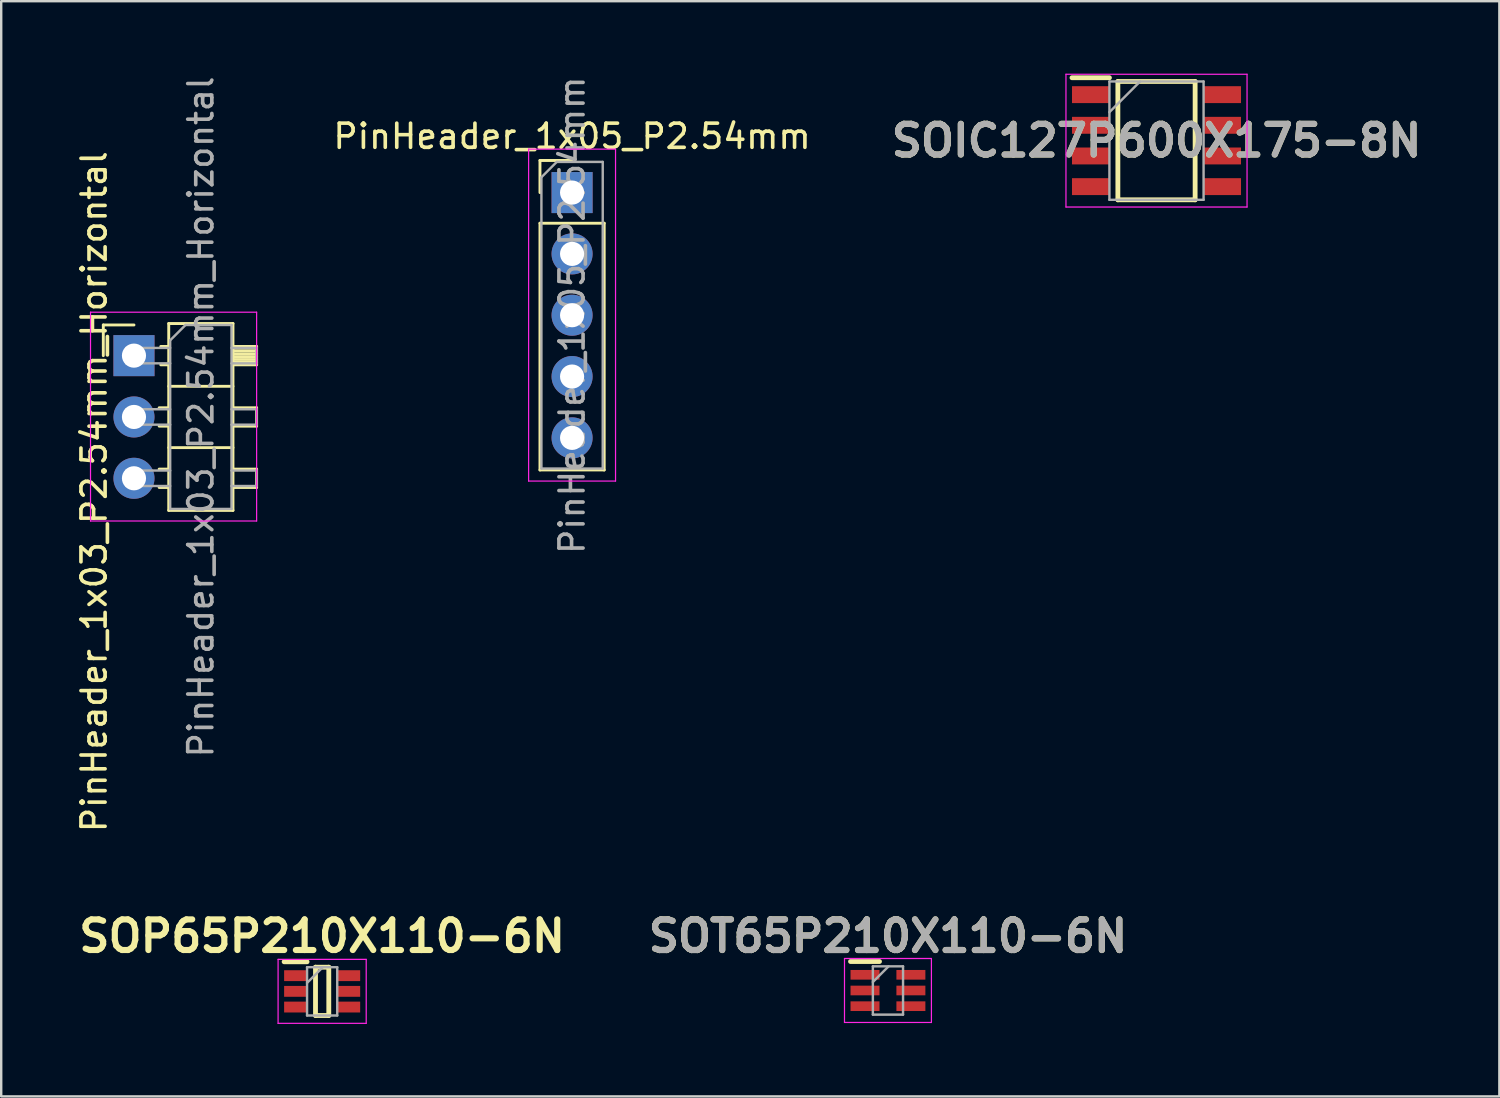
<source format=kicad_pcb>
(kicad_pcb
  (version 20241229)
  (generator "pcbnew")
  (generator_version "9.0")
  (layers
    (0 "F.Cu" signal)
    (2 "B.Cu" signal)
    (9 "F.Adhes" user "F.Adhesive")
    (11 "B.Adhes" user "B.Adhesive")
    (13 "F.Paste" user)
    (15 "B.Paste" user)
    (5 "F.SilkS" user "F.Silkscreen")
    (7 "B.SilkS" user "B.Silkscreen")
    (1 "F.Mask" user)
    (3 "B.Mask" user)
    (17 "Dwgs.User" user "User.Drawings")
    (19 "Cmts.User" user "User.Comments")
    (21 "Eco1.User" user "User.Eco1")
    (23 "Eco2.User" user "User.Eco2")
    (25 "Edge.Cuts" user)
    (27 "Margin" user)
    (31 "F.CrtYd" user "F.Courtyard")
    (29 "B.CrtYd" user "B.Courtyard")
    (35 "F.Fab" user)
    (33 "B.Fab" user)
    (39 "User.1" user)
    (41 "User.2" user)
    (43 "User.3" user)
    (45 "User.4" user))
  (footprint "SOIC127P600X175-8N"
    (layer "F.Cu")
    (at 44.851 2.775)
    (property "Reference" "SOIC127P600X175-8N" (at 0 0 0) (layer "F.SilkS") (effects (font (size 1.27 1.27) (thickness 0.254))))
    (attr smd)
    (fp_line (start -3.5 -2.605) (end -1.95 -2.605) (stroke (width 0.2) (type solid)) (layer "F.SilkS"))
    (fp_line (start -1.6 -2.45) (end 1.6 -2.45) (stroke (width 0.2) (type solid)) (layer "F.SilkS"))
    (fp_line (start -1.6 2.45) (end -1.6 -2.45) (stroke (width 0.2) (type solid)) (layer "F.SilkS"))
    (fp_line (start 1.6 -2.45) (end 1.6 2.45) (stroke (width 0.2) (type solid)) (layer "F.SilkS"))
    (fp_line (start 1.6 2.45) (end -1.6 2.45) (stroke (width 0.2) (type solid)) (layer "F.SilkS"))
    (fp_line (start -3.75 -2.75) (end 3.75 -2.75) (stroke (width 0.05) (type solid)) (layer "F.CrtYd"))
    (fp_line (start -3.75 2.75) (end -3.75 -2.75) (stroke (width 0.05) (type solid)) (layer "F.CrtYd"))
    (fp_line (start 3.75 -2.75) (end 3.75 2.75) (stroke (width 0.05) (type solid)) (layer "F.CrtYd"))
    (fp_line (start 3.75 2.75) (end -3.75 2.75) (stroke (width 0.05) (type solid)) (layer "F.CrtYd"))
    (fp_line (start -1.95 -2.45) (end 1.95 -2.45) (stroke (width 0.1) (type solid)) (layer "F.Fab"))
    (fp_line (start -1.95 -1.18) (end -0.68 -2.45) (stroke (width 0.1) (type solid)) (layer "F.Fab"))
    (fp_line (start -1.95 2.45) (end -1.95 -2.45) (stroke (width 0.1) (type solid)) (layer "F.Fab"))
    (fp_line (start 1.95 -2.45) (end 1.95 2.45) (stroke (width 0.1) (type solid)) (layer "F.Fab"))
    (fp_line (start 1.95 2.45) (end -1.95 2.45) (stroke (width 0.1) (type solid)) (layer "F.Fab"))
    (fp_text user "${REFERENCE}" (at 0 0 0) (layer "F.Fab") (effects (font (size 1.27 1.27) (thickness 0.254))))
    (pad "1" smd rect (at -2.725 -1.905 90) (size 0.7 1.55) (layers "F.Cu" "F.Mask" "F.Paste"))
    (pad "2" smd rect (at -2.725 -0.635 90) (size 0.7 1.55) (layers "F.Cu" "F.Mask" "F.Paste"))
    (pad "3" smd rect (at -2.725 0.635 90) (size 0.7 1.55) (layers "F.Cu" "F.Mask" "F.Paste"))
    (pad "4" smd rect (at -2.725 1.905 90) (size 0.7 1.55) (layers "F.Cu" "F.Mask" "F.Paste"))
    (pad "5" smd rect (at 2.725 1.905 90) (size 0.7 1.55) (layers "F.Cu" "F.Mask" "F.Paste"))
    (pad "6" smd rect (at 2.725 0.635 90) (size 0.7 1.55) (layers "F.Cu" "F.Mask" "F.Paste"))
    (pad "7" smd rect (at 2.725 -0.635 90) (size 0.7 1.55) (layers "F.Cu" "F.Mask" "F.Paste"))
    (pad "8" smd rect (at 2.725 -1.905 90) (size 0.7 1.55) (layers "F.Cu" "F.Mask" "F.Paste")))
  (footprint "SOT65P210X110-6N"
    (layer "F.Cu")
    (at 33.728 37.975)
    (property "Reference" "SOT65P210X110-6N" (at 0 -2.25 0) (layer "F.SilkS") (effects (font (size 1.27 1.27) (thickness 0.254))))
    (attr smd)
    (fp_line (start -1.55 -1.2) (end -0.35 -1.2) (stroke (width 0.2) (type solid)) (layer "F.SilkS"))
    (fp_line (start -1.8 -1.325) (end 1.8 -1.325) (stroke (width 0.05) (type solid)) (layer "F.CrtYd"))
    (fp_line (start -1.8 1.325) (end -1.8 -1.325) (stroke (width 0.05) (type solid)) (layer "F.CrtYd"))
    (fp_line (start 1.8 -1.325) (end 1.8 1.325) (stroke (width 0.05) (type solid)) (layer "F.CrtYd"))
    (fp_line (start 1.8 1.325) (end -1.8 1.325) (stroke (width 0.05) (type solid)) (layer "F.CrtYd"))
    (fp_line (start -0.625 -1) (end 0.625 -1) (stroke (width 0.1) (type solid)) (layer "F.Fab"))
    (fp_line (start -0.625 -0.35) (end 0.025 -1) (stroke (width 0.1) (type solid)) (layer "F.Fab"))
    (fp_line (start -0.625 1) (end -0.625 -1) (stroke (width 0.1) (type solid)) (layer "F.Fab"))
    (fp_line (start 0.625 -1) (end 0.625 1) (stroke (width 0.1) (type solid)) (layer "F.Fab"))
    (fp_line (start 0.625 1) (end -0.625 1) (stroke (width 0.1) (type solid)) (layer "F.Fab"))
    (fp_text user "${REFERENCE}" (at 0 -2.25 0) (layer "F.Fab") (effects (font (size 1.27 1.27) (thickness 0.254))))
    (pad "1" smd rect (at -0.95 -0.65 90) (size 0.4 1.2) (layers "F.Cu" "F.Mask" "F.Paste"))
    (pad "2" smd rect (at -0.95 0 90) (size 0.4 1.2) (layers "F.Cu" "F.Mask" "F.Paste"))
    (pad "3" smd rect (at -0.95 0.65 90) (size 0.4 1.2) (layers "F.Cu" "F.Mask" "F.Paste"))
    (pad "4" smd rect (at 0.95 0.65 90) (size 0.4 1.2) (layers "F.Cu" "F.Mask" "F.Paste"))
    (pad "5" smd rect (at 0.95 0 90) (size 0.4 1.2) (layers "F.Cu" "F.Mask" "F.Paste"))
    (pad "6" smd rect (at 0.95 -0.65 90) (size 0.4 1.2) (layers "F.Cu" "F.Mask" "F.Paste")))
  (footprint "PinHeader_1x05_P2.54mm"
    (layer "F.Cu")
    (at 20.645 4.926)
    (property "Reference" "PinHeader_1x05_P2.54mm" (at 0 -2.33 0) (layer "F.SilkS") (effects (font (size 1 1) (thickness 0.15))))
    (attr through_hole)
    (fp_line (start -1.33 -1.33) (end 0 -1.33) (stroke (width 0.12) (type solid)) (layer "F.SilkS"))
    (fp_line (start -1.33 0) (end -1.33 -1.33) (stroke (width 0.12) (type solid)) (layer "F.SilkS"))
    (fp_line (start -1.33 1.27) (end -1.33 11.49) (stroke (width 0.12) (type solid)) (layer "F.SilkS"))
    (fp_line (start -1.33 1.27) (end 1.33 1.27) (stroke (width 0.12) (type solid)) (layer "F.SilkS"))
    (fp_line (start -1.33 11.49) (end 1.33 11.49) (stroke (width 0.12) (type solid)) (layer "F.SilkS"))
    (fp_line (start 1.33 1.27) (end 1.33 11.49) (stroke (width 0.12) (type solid)) (layer "F.SilkS"))
    (fp_line (start -1.8 -1.8) (end -1.8 11.95) (stroke (width 0.05) (type solid)) (layer "F.CrtYd"))
    (fp_line (start -1.8 11.95) (end 1.8 11.95) (stroke (width 0.05) (type solid)) (layer "F.CrtYd"))
    (fp_line (start 1.8 -1.8) (end -1.8 -1.8) (stroke (width 0.05) (type solid)) (layer "F.CrtYd"))
    (fp_line (start 1.8 11.95) (end 1.8 -1.8) (stroke (width 0.05) (type solid)) (layer "F.CrtYd"))
    (fp_line (start -1.27 -0.635) (end -0.635 -1.27) (stroke (width 0.1) (type solid)) (layer "F.Fab"))
    (fp_line (start -1.27 11.43) (end -1.27 -0.635) (stroke (width 0.1) (type solid)) (layer "F.Fab"))
    (fp_line (start -0.635 -1.27) (end 1.27 -1.27) (stroke (width 0.1) (type solid)) (layer "F.Fab"))
    (fp_line (start 1.27 -1.27) (end 1.27 11.43) (stroke (width 0.1) (type solid)) (layer "F.Fab"))
    (fp_line (start 1.27 11.43) (end -1.27 11.43) (stroke (width 0.1) (type solid)) (layer "F.Fab"))
    (fp_text user "${REFERENCE}" (at 0 5.08 90) (layer "F.Fab") (effects (font (size 1 1) (thickness 0.15))))
    (pad "1" thru_hole rect (at 0 0) (size 1.7 1.7) (drill 1) (layers "*.Cu" "*.Mask"))
    (pad "2" thru_hole oval (at 0 2.54) (size 1.7 1.7) (drill 1) (layers "*.Cu" "*.Mask"))
    (pad "3" thru_hole oval (at 0 5.08) (size 1.7 1.7) (drill 1) (layers "*.Cu" "*.Mask"))
    (pad "4" thru_hole oval (at 0 7.62) (size 1.7 1.7) (drill 1) (layers "*.Cu" "*.Mask"))
    (pad "5" thru_hole oval (at 0 10.16) (size 1.7 1.7) (drill 1) (layers "*.Cu" "*.Mask")))
  (footprint "SOP65P210X110-6N"
    (layer "F.Cu")
    (at 10.293 38.011)
    (property "Reference" "SOP65P210X110-6N" (at 0 -2.286 0) (layer "F.SilkS") (effects (font (size 1.27 1.27) (thickness 0.254))))
    (attr smd)
    (fp_line (start -1.575 -1.225) (end -0.625 -1.225) (stroke (width 0.2) (type solid)) (layer "F.SilkS"))
    (fp_line (start -0.275 -1) (end 0.275 -1) (stroke (width 0.2) (type solid)) (layer "F.SilkS"))
    (fp_line (start -0.275 1) (end -0.275 -1) (stroke (width 0.2) (type solid)) (layer "F.SilkS"))
    (fp_line (start 0.275 -1) (end 0.275 1) (stroke (width 0.2) (type solid)) (layer "F.SilkS"))
    (fp_line (start 0.275 1) (end -0.275 1) (stroke (width 0.2) (type solid)) (layer "F.SilkS"))
    (fp_line (start -1.825 -1.325) (end 1.825 -1.325) (stroke (width 0.05) (type solid)) (layer "F.CrtYd"))
    (fp_line (start -1.825 1.325) (end -1.825 -1.325) (stroke (width 0.05) (type solid)) (layer "F.CrtYd"))
    (fp_line (start 1.825 -1.325) (end 1.825 1.325) (stroke (width 0.05) (type solid)) (layer "F.CrtYd"))
    (fp_line (start 1.825 1.325) (end -1.825 1.325) (stroke (width 0.05) (type solid)) (layer "F.CrtYd"))
    (fp_line (start -0.625 -1) (end 0.625 -1) (stroke (width 0.1) (type solid)) (layer "F.Fab"))
    (fp_line (start -0.625 -0.35) (end 0.025 -1) (stroke (width 0.1) (type solid)) (layer "F.Fab"))
    (fp_line (start -0.625 1) (end -0.625 -1) (stroke (width 0.1) (type solid)) (layer "F.Fab"))
    (fp_line (start 0.625 -1) (end 0.625 1) (stroke (width 0.1) (type solid)) (layer "F.Fab"))
    (fp_line (start 0.625 1) (end -0.625 1) (stroke (width 0.1) (type solid)) (layer "F.Fab"))
    (pad "1" smd rect (at -1.1 -0.65 90) (size 0.45 0.95) (layers "F.Cu" "F.Mask" "F.Paste"))
    (pad "2" smd rect (at -1.1 0 90) (size 0.45 0.95) (layers "F.Cu" "F.Mask" "F.Paste"))
    (pad "3" smd rect (at -1.1 0.65 90) (size 0.45 0.95) (layers "F.Cu" "F.Mask" "F.Paste"))
    (pad "4" smd rect (at 1.1 0.65 90) (size 0.45 0.95) (layers "F.Cu" "F.Mask" "F.Paste"))
    (pad "5" smd rect (at 1.1 0 90) (size 0.45 0.95) (layers "F.Cu" "F.Mask" "F.Paste"))
    (pad "6" smd rect (at 1.1 -0.65 90) (size 0.45 0.95) (layers "F.Cu" "F.Mask" "F.Paste")))
  (footprint "PinHeader_1x03_P2.54mm_Horizontal"
    (layer "F.Cu")
    (at 2.499 11.68)
    (property "Reference" "PinHeader_1x03_P2.54mm_Horizontal" (at -1.651 5.636 90) (layer "F.SilkS") (effects (font (size 1 1) (thickness 0.15))))
    (attr through_hole)
    (fp_line (start -1.27 -1.27) (end 0 -1.27) (stroke (width 0.12) (type solid)) (layer "F.SilkS"))
    (fp_line (start -1.27 0) (end -1.27 -1.27) (stroke (width 0.12) (type solid)) (layer "F.SilkS"))
    (fp_line (start 1.043 2.16) (end 1.44 2.16) (stroke (width 0.12) (type solid)) (layer "F.SilkS"))
    (fp_line (start 1.043 2.92) (end 1.44 2.92) (stroke (width 0.12) (type solid)) (layer "F.SilkS"))
    (fp_line (start 1.043 4.7) (end 1.44 4.7) (stroke (width 0.12) (type solid)) (layer "F.SilkS"))
    (fp_line (start 1.043 5.46) (end 1.44 5.46) (stroke (width 0.12) (type solid)) (layer "F.SilkS"))
    (fp_line (start 1.11 -0.38) (end 1.44 -0.38) (stroke (width 0.12) (type solid)) (layer "F.SilkS"))
    (fp_line (start 1.11 0.38) (end 1.44 0.38) (stroke (width 0.12) (type solid)) (layer "F.SilkS"))
    (fp_line (start 1.44 -1.33) (end 1.44 6.41) (stroke (width 0.12) (type solid)) (layer "F.SilkS"))
    (fp_line (start 1.44 1.27) (end 4.1 1.27) (stroke (width 0.12) (type solid)) (layer "F.SilkS"))
    (fp_line (start 1.44 3.81) (end 4.1 3.81) (stroke (width 0.12) (type solid)) (layer "F.SilkS"))
    (fp_line (start 1.44 6.41) (end 4.1 6.41) (stroke (width 0.12) (type solid)) (layer "F.SilkS"))
    (fp_line (start 4.1 -1.33) (end 1.44 -1.33) (stroke (width 0.12) (type solid)) (layer "F.SilkS"))
    (fp_line (start 4.1 -0.38) (end 5.08 -0.38) (stroke (width 0.12) (type solid)) (layer "F.SilkS"))
    (fp_line (start 4.1 -0.32) (end 5.08 -0.32) (stroke (width 0.12) (type solid)) (layer "F.SilkS"))
    (fp_line (start 4.1 -0.2) (end 5.08 -0.2) (stroke (width 0.12) (type solid)) (layer "F.SilkS"))
    (fp_line (start 4.1 -0.08) (end 5.08 -0.08) (stroke (width 0.12) (type solid)) (layer "F.SilkS"))
    (fp_line (start 4.1 0.04) (end 5.08 0.04) (stroke (width 0.12) (type solid)) (layer "F.SilkS"))
    (fp_line (start 4.1 0.16) (end 5.08 0.16) (stroke (width 0.12) (type solid)) (layer "F.SilkS"))
    (fp_line (start 4.1 0.28) (end 5.08 0.28) (stroke (width 0.12) (type solid)) (layer "F.SilkS"))
    (fp_line (start 4.1 2.16) (end 5.08 2.16) (stroke (width 0.12) (type solid)) (layer "F.SilkS"))
    (fp_line (start 4.1 4.7) (end 5.08 4.7) (stroke (width 0.12) (type solid)) (layer "F.SilkS"))
    (fp_line (start 4.1 6.41) (end 4.1 -1.33) (stroke (width 0.12) (type solid)) (layer "F.SilkS"))
    (fp_line (start 5.08 -0.38) (end 5.08 0.38) (stroke (width 0.12) (type solid)) (layer "F.SilkS"))
    (fp_line (start 5.08 0.38) (end 4.1 0.38) (stroke (width 0.12) (type solid)) (layer "F.SilkS"))
    (fp_line (start 5.08 2.16) (end 5.08 2.92) (stroke (width 0.12) (type solid)) (layer "F.SilkS"))
    (fp_line (start 5.08 2.92) (end 4.1 2.92) (stroke (width 0.12) (type solid)) (layer "F.SilkS"))
    (fp_line (start 5.08 4.7) (end 5.08 5.46) (stroke (width 0.12) (type solid)) (layer "F.SilkS"))
    (fp_line (start 5.08 5.46) (end 4.1 5.46) (stroke (width 0.12) (type solid)) (layer "F.SilkS"))
    (fp_line (start -1.8 -1.8) (end -1.8 6.85) (stroke (width 0.05) (type solid)) (layer "F.CrtYd"))
    (fp_line (start -1.8 6.85) (end 5.08 6.85) (stroke (width 0.05) (type solid)) (layer "F.CrtYd"))
    (fp_line (start 5.08 -1.8) (end -1.8 -1.8) (stroke (width 0.05) (type solid)) (layer "F.CrtYd"))
    (fp_line (start 5.08 6.85) (end 5.08 -1.8) (stroke (width 0.05) (type solid)) (layer "F.CrtYd"))
    (fp_line (start -0.32 -0.32) (end -0.32 0.32) (stroke (width 0.1) (type solid)) (layer "F.Fab"))
    (fp_line (start -0.32 -0.32) (end 1.5 -0.32) (stroke (width 0.1) (type solid)) (layer "F.Fab"))
    (fp_line (start -0.32 0.32) (end 1.5 0.32) (stroke (width 0.1) (type solid)) (layer "F.Fab"))
    (fp_line (start -0.32 2.22) (end -0.32 2.86) (stroke (width 0.1) (type solid)) (layer "F.Fab"))
    (fp_line (start -0.32 2.22) (end 1.5 2.22) (stroke (width 0.1) (type solid)) (layer "F.Fab"))
    (fp_line (start -0.32 2.86) (end 1.5 2.86) (stroke (width 0.1) (type solid)) (layer "F.Fab"))
    (fp_line (start -0.32 4.76) (end -0.32 5.4) (stroke (width 0.1) (type solid)) (layer "F.Fab"))
    (fp_line (start -0.32 4.76) (end 1.5 4.76) (stroke (width 0.1) (type solid)) (layer "F.Fab"))
    (fp_line (start -0.32 5.4) (end 1.5 5.4) (stroke (width 0.1) (type solid)) (layer "F.Fab"))
    (fp_line (start 1.5 -0.635) (end 2.135 -1.27) (stroke (width 0.1) (type solid)) (layer "F.Fab"))
    (fp_line (start 1.5 6.35) (end 1.5 -0.635) (stroke (width 0.1) (type solid)) (layer "F.Fab"))
    (fp_line (start 2.135 -1.27) (end 4.04 -1.27) (stroke (width 0.1) (type solid)) (layer "F.Fab"))
    (fp_line (start 4.04 -1.27) (end 4.04 6.35) (stroke (width 0.1) (type solid)) (layer "F.Fab"))
    (fp_line (start 4.04 -0.32) (end 5.08 -0.32) (stroke (width 0.1) (type solid)) (layer "F.Fab"))
    (fp_line (start 4.04 0.32) (end 5.08 0.32) (stroke (width 0.1) (type solid)) (layer "F.Fab"))
    (fp_line (start 4.04 2.22) (end 5.08 2.22) (stroke (width 0.1) (type solid)) (layer "F.Fab"))
    (fp_line (start 4.04 2.86) (end 5.08 2.86) (stroke (width 0.1) (type solid)) (layer "F.Fab"))
    (fp_line (start 4.04 4.76) (end 5.08 4.76) (stroke (width 0.1) (type solid)) (layer "F.Fab"))
    (fp_line (start 4.04 5.4) (end 5.08 5.4) (stroke (width 0.1) (type solid)) (layer "F.Fab"))
    (fp_line (start 4.04 6.35) (end 1.5 6.35) (stroke (width 0.1) (type solid)) (layer "F.Fab"))
    (fp_line (start 5.08 -0.32) (end 5.08 0.32) (stroke (width 0.1) (type solid)) (layer "F.Fab"))
    (fp_line (start 5.08 2.22) (end 5.08 2.86) (stroke (width 0.1) (type solid)) (layer "F.Fab"))
    (fp_line (start 5.08 4.76) (end 5.08 5.4) (stroke (width 0.1) (type solid)) (layer "F.Fab"))
    (fp_text user "${REFERENCE}" (at 2.77 2.54 90) (layer "F.Fab") (effects (font (size 1 1) (thickness 0.15))))
    (pad "1" thru_hole rect (at 0 0) (size 1.7 1.7) (drill 1) (layers "*.Cu" "*.Mask"))
    (pad "2" thru_hole oval (at 0 2.54) (size 1.7 1.7) (drill 1) (layers "*.Cu" "*.Mask"))
    (pad "3" thru_hole oval (at 0 5.08) (size 1.7 1.7) (drill 1) (layers "*.Cu" "*.Mask")))
  (gr_rect
    (start -3 -3)
    (end 59.052 42.361)
    (stroke (width 0.1) (type default))
    (fill no)
    (layer "Edge.Cuts")))
</source>
